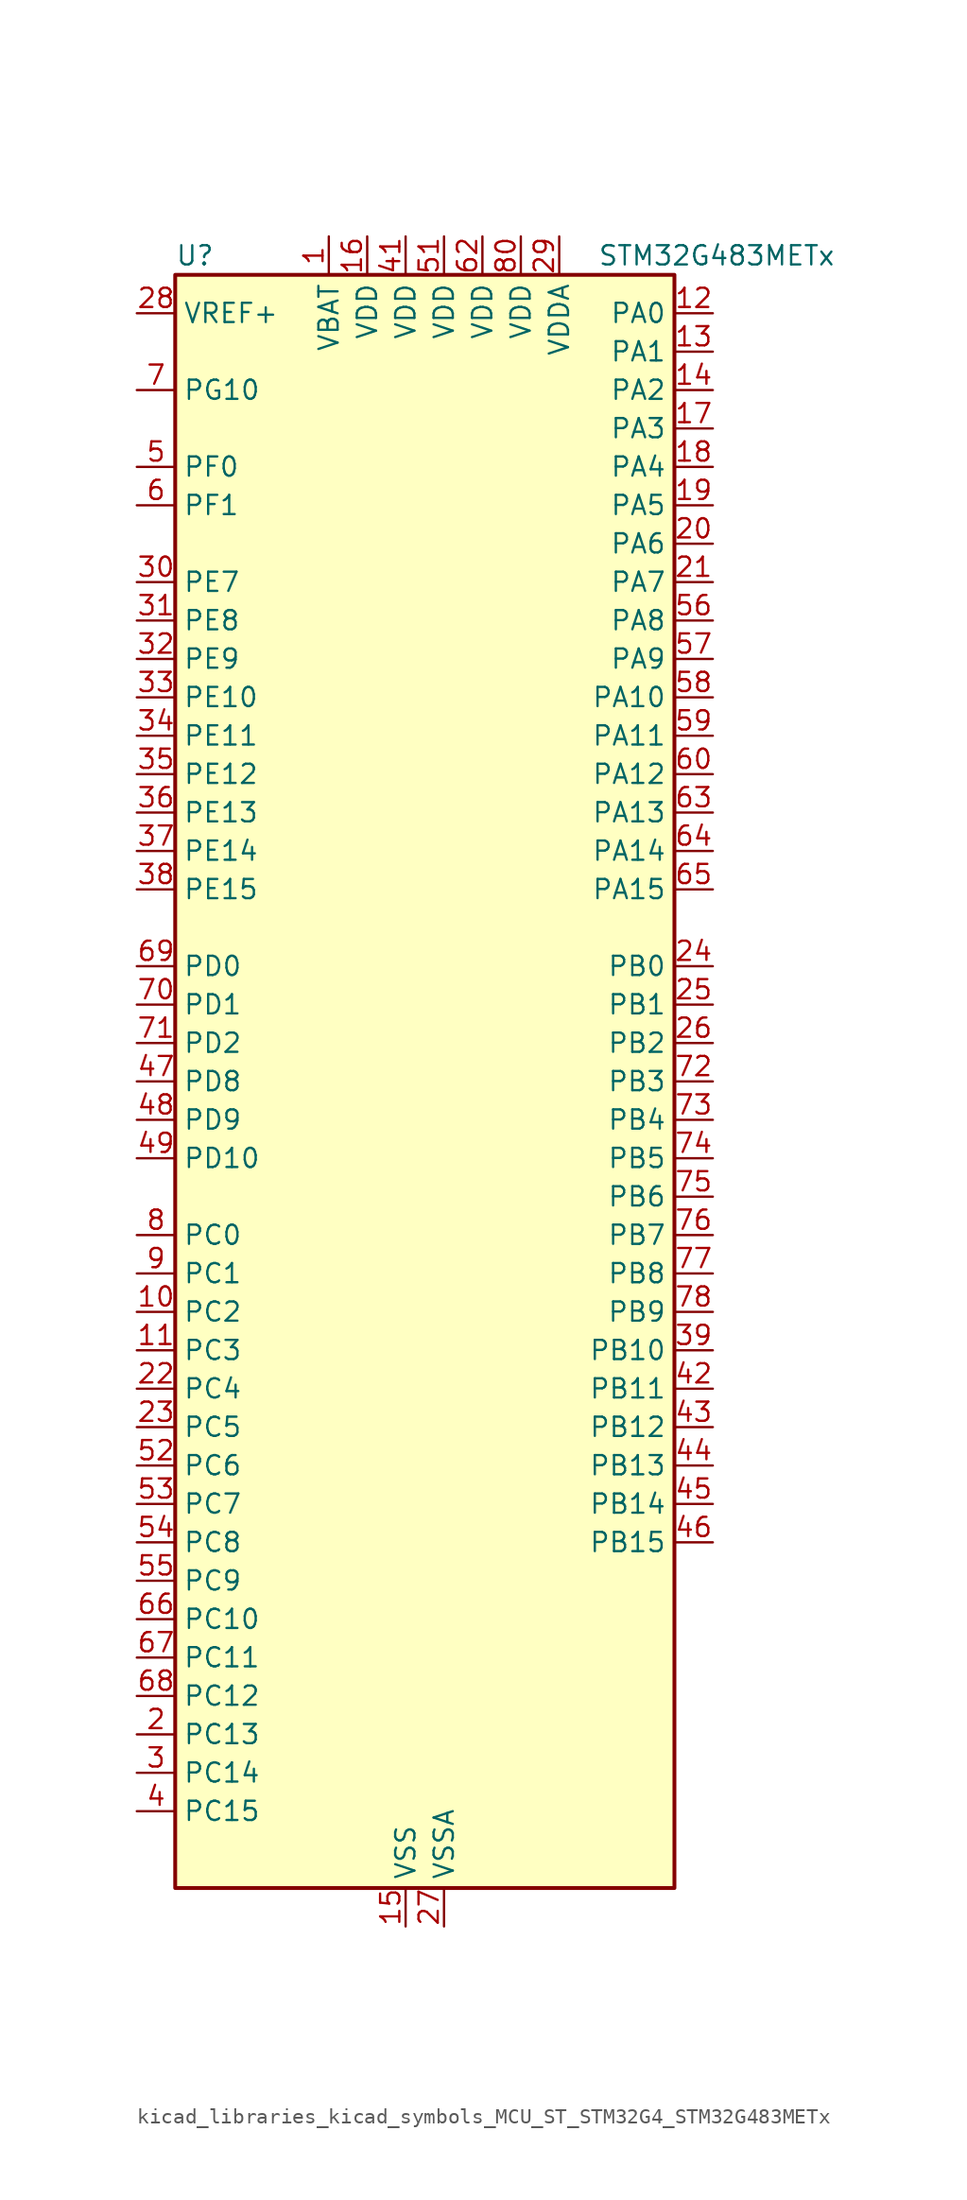
<source format=kicad_sym>
(kicad_symbol_lib
  (version 20220914)
  (generator kicad_symbol_editor)
  (symbol "kicad_libraries_kicad_symbols_MCU_ST_STM32G4_STM32G483METx"
    (property "Reference" "U"
      (at -15.24 54.61 0)
      (effects (font (size 1.27 1.27)) (justify left)))
    (property "Value" "STM32G483METx"
      (at 12.7 54.61 0)
      (effects (font (size 1.27 1.27)) (justify left)))
    (property "ki_locked" ""
      (at 0 0 0)
      (effects (font (size 1.27 1.27))))
    (symbol "kicad_libraries_kicad_symbols_MCU_ST_STM32G4_STM32G483METx_0_1"
      (rectangle (start -15.24 -53.34) (end 17.78 53.34) (stroke (width 0.254) (type default)) (fill (type background))))
    (symbol "kicad_libraries_kicad_symbols_MCU_ST_STM32G4_STM32G483METx_1_1"
      (pin power_in line (at -5.08 55.88 270) (length 2.54) (name "VBAT" (effects (font (size 1.27 1.27)))) (number "1" (effects (font (size 1.27 1.27)))))
      (pin bidirectional line (at -17.78 -15.24 0) (length 2.54) (name "PC2" (effects (font (size 1.27 1.27)))) (number "10" (effects (font (size 1.27 1.27)))) (alternate "ADC1_IN8" bidirectional line) (alternate "ADC2_IN8" bidirectional line) (alternate "ADC3_EXTI2" bidirectional line) (alternate "ADC4_EXTI2" bidirectional line) (alternate "ADC5_EXTI2" bidirectional line) (alternate "COMP3_OUT" bidirectional line) (alternate "LPTIM1_IN2" bidirectional line) (alternate "QUADSPI1_BK2_IO1" bidirectional line) (alternate "TIM1_CH3" bidirectional line) (alternate "TIM20_CH2" bidirectional line))
      (pin bidirectional line (at -17.78 -17.78 0) (length 2.54) (name "PC3" (effects (font (size 1.27 1.27)))) (number "11" (effects (font (size 1.27 1.27)))) (alternate "ADC1_IN9" bidirectional line) (alternate "ADC2_IN9" bidirectional line) (alternate "ADC3_EXTI3" bidirectional line) (alternate "ADC4_EXTI3" bidirectional line) (alternate "ADC5_EXTI3" bidirectional line) (alternate "LPTIM1_ETR" bidirectional line) (alternate "OPAMP5_VINP" bidirectional line) (alternate "OPAMP5_VINP_SEC" bidirectional line) (alternate "QUADSPI1_BK2_IO2" bidirectional line) (alternate "SAI1_D1" bidirectional line) (alternate "SAI1_SD_A" bidirectional line) (alternate "TIM1_BKIN2" bidirectional line) (alternate "TIM1_CH4" bidirectional line))
      (pin bidirectional line (at 20.32 50.8 180) (length 2.54) (name "PA0" (effects (font (size 1.27 1.27)))) (number "12" (effects (font (size 1.27 1.27)))) (alternate "ADC1_IN1" bidirectional line) (alternate "ADC2_IN1" bidirectional line) (alternate "COMP1_INM" bidirectional line) (alternate "COMP1_OUT" bidirectional line) (alternate "COMP3_INP" bidirectional line) (alternate "RTC_TAMP2" bidirectional line) (alternate "SYS_WKUP1" bidirectional line) (alternate "TIM2_CH1" bidirectional line) (alternate "TIM2_ETR" bidirectional line) (alternate "TIM5_CH1" bidirectional line) (alternate "TIM8_BKIN" bidirectional line) (alternate "TIM8_ETR" bidirectional line) (alternate "USART2_CTS" bidirectional line) (alternate "USART2_NSS" bidirectional line))
      (pin bidirectional line (at 20.32 48.26 180) (length 2.54) (name "PA1" (effects (font (size 1.27 1.27)))) (number "13" (effects (font (size 1.27 1.27)))) (alternate "ADC1_IN2" bidirectional line) (alternate "ADC2_IN2" bidirectional line) (alternate "COMP1_INP" bidirectional line) (alternate "OPAMP1_VINP" bidirectional line) (alternate "OPAMP1_VINP_SEC" bidirectional line) (alternate "OPAMP3_VINP" bidirectional line) (alternate "OPAMP3_VINP_SEC" bidirectional line) (alternate "OPAMP6_VINM" bidirectional line) (alternate "OPAMP6_VINM0" bidirectional line) (alternate "OPAMP6_VINM_SEC" bidirectional line) (alternate "RTC_REFIN" bidirectional line) (alternate "TIM15_CH1N" bidirectional line) (alternate "TIM2_CH2" bidirectional line) (alternate "TIM5_CH2" bidirectional line) (alternate "USART2_DE" bidirectional line) (alternate "USART2_RTS" bidirectional line))
      (pin bidirectional line (at 20.32 45.72 180) (length 2.54) (name "PA2" (effects (font (size 1.27 1.27)))) (number "14" (effects (font (size 1.27 1.27)))) (alternate "ADC1_IN3" bidirectional line) (alternate "ADC3_EXTI2" bidirectional line) (alternate "ADC4_EXTI2" bidirectional line) (alternate "ADC5_EXTI2" bidirectional line) (alternate "COMP2_INM" bidirectional line) (alternate "COMP2_OUT" bidirectional line) (alternate "LPUART1_TX" bidirectional line) (alternate "OPAMP1_VOUT" bidirectional line) (alternate "QUADSPI1_BK1_NCS" bidirectional line) (alternate "RCC_LSCO" bidirectional line) (alternate "SYS_WKUP4" bidirectional line) (alternate "TIM15_CH1" bidirectional line) (alternate "TIM2_CH3" bidirectional line) (alternate "TIM5_CH3" bidirectional line) (alternate "UCPD1_FRSTX1" bidirectional line) (alternate "UCPD1_FRSTX2" bidirectional line) (alternate "USART2_TX" bidirectional line))
      (pin power_in line (at 0 -55.88 90) (length 2.54) (name "VSS" (effects (font (size 1.27 1.27)))) (number "15" (effects (font (size 1.27 1.27)))))
      (pin power_in line (at -2.54 55.88 270) (length 2.54) (name "VDD" (effects (font (size 1.27 1.27)))) (number "16" (effects (font (size 1.27 1.27)))))
      (pin bidirectional line (at 20.32 43.18 180) (length 2.54) (name "PA3" (effects (font (size 1.27 1.27)))) (number "17" (effects (font (size 1.27 1.27)))) (alternate "ADC1_IN4" bidirectional line) (alternate "ADC3_EXTI3" bidirectional line) (alternate "ADC4_EXTI3" bidirectional line) (alternate "ADC5_EXTI3" bidirectional line) (alternate "COMP2_INP" bidirectional line) (alternate "LPUART1_RX" bidirectional line) (alternate "OPAMP1_VINM" bidirectional line) (alternate "OPAMP1_VINM0" bidirectional line) (alternate "OPAMP1_VINM_SEC" bidirectional line) (alternate "OPAMP1_VINP" bidirectional line) (alternate "OPAMP1_VINP_SEC" bidirectional line) (alternate "OPAMP5_VINM" bidirectional line) (alternate "OPAMP5_VINM1" bidirectional line) (alternate "OPAMP5_VINM_SEC" bidirectional line) (alternate "QUADSPI1_CLK" bidirectional line) (alternate "SAI1_CK1" bidirectional line) (alternate "SAI1_MCLK_A" bidirectional line) (alternate "TIM15_CH2" bidirectional line) (alternate "TIM2_CH4" bidirectional line) (alternate "TIM5_CH4" bidirectional line) (alternate "USART2_RX" bidirectional line))
      (pin bidirectional line (at 20.32 40.64 180) (length 2.54) (name "PA4" (effects (font (size 1.27 1.27)))) (number "18" (effects (font (size 1.27 1.27)))) (alternate "ADC2_IN17" bidirectional line) (alternate "COMP1_INM" bidirectional line) (alternate "DAC1_OUT1" bidirectional line) (alternate "I2S3_WS" bidirectional line) (alternate "SAI1_FS_B" bidirectional line) (alternate "SPI1_NSS" bidirectional line) (alternate "SPI3_NSS" bidirectional line) (alternate "TIM3_CH2" bidirectional line) (alternate "USART2_CK" bidirectional line))
      (pin bidirectional line (at 20.32 38.1 180) (length 2.54) (name "PA5" (effects (font (size 1.27 1.27)))) (number "19" (effects (font (size 1.27 1.27)))) (alternate "ADC2_IN13" bidirectional line) (alternate "COMP2_INM" bidirectional line) (alternate "DAC1_OUT2" bidirectional line) (alternate "OPAMP2_VINM" bidirectional line) (alternate "OPAMP2_VINM0" bidirectional line) (alternate "OPAMP2_VINM_SEC" bidirectional line) (alternate "SPI1_SCK" bidirectional line) (alternate "TIM2_CH1" bidirectional line) (alternate "TIM2_ETR" bidirectional line) (alternate "UCPD1_FRSTX1" bidirectional line) (alternate "UCPD1_FRSTX2" bidirectional line))
      (pin bidirectional line (at -17.78 -43.18 0) (length 2.54) (name "PC13" (effects (font (size 1.27 1.27)))) (number "2" (effects (font (size 1.27 1.27)))) (alternate "RTC_OUT1" bidirectional line) (alternate "RTC_TAMP1" bidirectional line) (alternate "RTC_TS" bidirectional line) (alternate "SYS_WKUP2" bidirectional line) (alternate "TIM1_BKIN" bidirectional line) (alternate "TIM1_CH1N" bidirectional line) (alternate "TIM8_CH4N" bidirectional line))
      (pin bidirectional line (at 20.32 35.56 180) (length 2.54) (name "PA6" (effects (font (size 1.27 1.27)))) (number "20" (effects (font (size 1.27 1.27)))) (alternate "ADC2_IN3" bidirectional line) (alternate "COMP1_OUT" bidirectional line) (alternate "DAC2_OUT1" bidirectional line) (alternate "LPUART1_CTS" bidirectional line) (alternate "OPAMP2_VOUT" bidirectional line) (alternate "QUADSPI1_BK1_IO3" bidirectional line) (alternate "SPI1_MISO" bidirectional line) (alternate "TIM16_CH1" bidirectional line) (alternate "TIM1_BKIN" bidirectional line) (alternate "TIM3_CH1" bidirectional line) (alternate "TIM8_BKIN" bidirectional line))
      (pin bidirectional line (at 20.32 33.02 180) (length 2.54) (name "PA7" (effects (font (size 1.27 1.27)))) (number "21" (effects (font (size 1.27 1.27)))) (alternate "ADC2_IN4" bidirectional line) (alternate "COMP2_INP" bidirectional line) (alternate "COMP2_OUT" bidirectional line) (alternate "OPAMP1_VINP" bidirectional line) (alternate "OPAMP1_VINP_SEC" bidirectional line) (alternate "OPAMP2_VINP" bidirectional line) (alternate "OPAMP2_VINP_SEC" bidirectional line) (alternate "QUADSPI1_BK1_IO2" bidirectional line) (alternate "SPI1_MOSI" bidirectional line) (alternate "TIM17_CH1" bidirectional line) (alternate "TIM1_CH1N" bidirectional line) (alternate "TIM3_CH2" bidirectional line) (alternate "TIM8_CH1N" bidirectional line) (alternate "UCPD1_FRSTX1" bidirectional line) (alternate "UCPD1_FRSTX2" bidirectional line))
      (pin bidirectional line (at -17.78 -20.32 0) (length 2.54) (name "PC4" (effects (font (size 1.27 1.27)))) (number "22" (effects (font (size 1.27 1.27)))) (alternate "ADC2_IN5" bidirectional line) (alternate "I2C2_SCL" bidirectional line) (alternate "QUADSPI1_BK2_IO3" bidirectional line) (alternate "TIM1_ETR" bidirectional line) (alternate "USART1_TX" bidirectional line))
      (pin bidirectional line (at -17.78 -22.86 0) (length 2.54) (name "PC5" (effects (font (size 1.27 1.27)))) (number "23" (effects (font (size 1.27 1.27)))) (alternate "ADC2_IN11" bidirectional line) (alternate "OPAMP1_VINM" bidirectional line) (alternate "OPAMP1_VINM1" bidirectional line) (alternate "OPAMP1_VINM_SEC" bidirectional line) (alternate "OPAMP2_VINM" bidirectional line) (alternate "OPAMP2_VINM1" bidirectional line) (alternate "OPAMP2_VINM_SEC" bidirectional line) (alternate "SAI1_D3" bidirectional line) (alternate "SYS_WKUP5" bidirectional line) (alternate "TIM15_BKIN" bidirectional line) (alternate "TIM1_CH4N" bidirectional line) (alternate "USART1_RX" bidirectional line))
      (pin bidirectional line (at 20.32 7.62 180) (length 2.54) (name "PB0" (effects (font (size 1.27 1.27)))) (number "24" (effects (font (size 1.27 1.27)))) (alternate "ADC1_IN15" bidirectional line) (alternate "ADC3_IN12" bidirectional line) (alternate "COMP4_INP" bidirectional line) (alternate "OPAMP2_VINP" bidirectional line) (alternate "OPAMP2_VINP_SEC" bidirectional line) (alternate "OPAMP3_VINP" bidirectional line) (alternate "OPAMP3_VINP_SEC" bidirectional line) (alternate "QUADSPI1_BK1_IO1" bidirectional line) (alternate "TIM1_CH2N" bidirectional line) (alternate "TIM3_CH3" bidirectional line) (alternate "TIM8_CH2N" bidirectional line) (alternate "UCPD1_FRSTX1" bidirectional line) (alternate "UCPD1_FRSTX2" bidirectional line))
      (pin bidirectional line (at 20.32 5.08 180) (length 2.54) (name "PB1" (effects (font (size 1.27 1.27)))) (number "25" (effects (font (size 1.27 1.27)))) (alternate "ADC1_IN12" bidirectional line) (alternate "ADC3_IN1" bidirectional line) (alternate "COMP1_INP" bidirectional line) (alternate "COMP4_OUT" bidirectional line) (alternate "LPUART1_DE" bidirectional line) (alternate "LPUART1_RTS" bidirectional line) (alternate "OPAMP3_VOUT" bidirectional line) (alternate "OPAMP6_VINM" bidirectional line) (alternate "OPAMP6_VINM1" bidirectional line) (alternate "OPAMP6_VINM_SEC" bidirectional line) (alternate "QUADSPI1_BK1_IO0" bidirectional line) (alternate "TIM1_CH3N" bidirectional line) (alternate "TIM3_CH4" bidirectional line) (alternate "TIM8_CH3N" bidirectional line))
      (pin bidirectional line (at 20.32 2.54 180) (length 2.54) (name "PB2" (effects (font (size 1.27 1.27)))) (number "26" (effects (font (size 1.27 1.27)))) (alternate "ADC2_IN12" bidirectional line) (alternate "ADC3_EXTI2" bidirectional line) (alternate "ADC4_EXTI2" bidirectional line) (alternate "ADC5_EXTI2" bidirectional line) (alternate "COMP4_INM" bidirectional line) (alternate "I2C3_SMBA" bidirectional line) (alternate "LPTIM1_OUT" bidirectional line) (alternate "OPAMP3_VINM" bidirectional line) (alternate "OPAMP3_VINM0" bidirectional line) (alternate "OPAMP3_VINM_SEC" bidirectional line) (alternate "QUADSPI1_BK2_IO1" bidirectional line) (alternate "RTC_OUT2" bidirectional line) (alternate "TIM20_CH1" bidirectional line) (alternate "TIM5_CH1" bidirectional line))
      (pin power_in line (at 2.54 -55.88 90) (length 2.54) (name "VSSA" (effects (font (size 1.27 1.27)))) (number "27" (effects (font (size 1.27 1.27)))))
      (pin input line (at -17.78 50.8 0) (length 2.54) (name "VREF+" (effects (font (size 1.27 1.27)))) (number "28" (effects (font (size 1.27 1.27)))) (alternate "VREFBUF_OUT" bidirectional line))
      (pin power_in line (at 10.16 55.88 270) (length 2.54) (name "VDDA" (effects (font (size 1.27 1.27)))) (number "29" (effects (font (size 1.27 1.27)))))
      (pin bidirectional line (at -17.78 -45.72 0) (length 2.54) (name "PC14" (effects (font (size 1.27 1.27)))) (number "3" (effects (font (size 1.27 1.27)))) (alternate "RCC_OSC32_IN" bidirectional line))
      (pin bidirectional line (at -17.78 33.02 0) (length 2.54) (name "PE7" (effects (font (size 1.27 1.27)))) (number "30" (effects (font (size 1.27 1.27)))) (alternate "ADC3_IN4" bidirectional line) (alternate "COMP4_INP" bidirectional line) (alternate "SAI1_SD_B" bidirectional line) (alternate "TIM1_ETR" bidirectional line))
      (pin bidirectional line (at -17.78 30.48 0) (length 2.54) (name "PE8" (effects (font (size 1.27 1.27)))) (number "31" (effects (font (size 1.27 1.27)))) (alternate "ADC3_IN6" bidirectional line) (alternate "ADC4_IN6" bidirectional line) (alternate "ADC5_IN6" bidirectional line) (alternate "COMP4_INM" bidirectional line) (alternate "SAI1_SCK_B" bidirectional line) (alternate "TIM1_CH1N" bidirectional line) (alternate "TIM5_CH3" bidirectional line))
      (pin bidirectional line (at -17.78 27.94 0) (length 2.54) (name "PE9" (effects (font (size 1.27 1.27)))) (number "32" (effects (font (size 1.27 1.27)))) (alternate "ADC3_IN2" bidirectional line) (alternate "DAC1_EXTI9" bidirectional line) (alternate "DAC2_EXTI9" bidirectional line) (alternate "DAC3_EXTI9" bidirectional line) (alternate "DAC4_EXTI9" bidirectional line) (alternate "SAI1_FS_B" bidirectional line) (alternate "TIM1_CH1" bidirectional line) (alternate "TIM5_CH4" bidirectional line))
      (pin bidirectional line (at -17.78 25.4 0) (length 2.54) (name "PE10" (effects (font (size 1.27 1.27)))) (number "33" (effects (font (size 1.27 1.27)))) (alternate "ADC3_IN14" bidirectional line) (alternate "ADC4_IN14" bidirectional line) (alternate "ADC5_IN14" bidirectional line) (alternate "DAC1_EXTI10" bidirectional line) (alternate "DAC2_EXTI10" bidirectional line) (alternate "DAC3_EXTI10" bidirectional line) (alternate "DAC4_EXTI10" bidirectional line) (alternate "QUADSPI1_CLK" bidirectional line) (alternate "SAI1_MCLK_B" bidirectional line) (alternate "TIM1_CH2N" bidirectional line))
      (pin bidirectional line (at -17.78 22.86 0) (length 2.54) (name "PE11" (effects (font (size 1.27 1.27)))) (number "34" (effects (font (size 1.27 1.27)))) (alternate "ADC1_EXTI11" bidirectional line) (alternate "ADC2_EXTI11" bidirectional line) (alternate "ADC3_IN15" bidirectional line) (alternate "ADC4_IN15" bidirectional line) (alternate "ADC5_IN15" bidirectional line) (alternate "QUADSPI1_BK1_NCS" bidirectional line) (alternate "SPI4_NSS" bidirectional line) (alternate "TIM1_CH2" bidirectional line))
      (pin bidirectional line (at -17.78 20.32 0) (length 2.54) (name "PE12" (effects (font (size 1.27 1.27)))) (number "35" (effects (font (size 1.27 1.27)))) (alternate "ADC3_IN16" bidirectional line) (alternate "ADC4_IN16" bidirectional line) (alternate "ADC5_IN16" bidirectional line) (alternate "QUADSPI1_BK1_IO0" bidirectional line) (alternate "SPI4_SCK" bidirectional line) (alternate "TIM1_CH3N" bidirectional line))
      (pin bidirectional line (at -17.78 17.78 0) (length 2.54) (name "PE13" (effects (font (size 1.27 1.27)))) (number "36" (effects (font (size 1.27 1.27)))) (alternate "ADC3_IN3" bidirectional line) (alternate "QUADSPI1_BK1_IO1" bidirectional line) (alternate "SPI4_MISO" bidirectional line) (alternate "TIM1_CH3" bidirectional line))
      (pin bidirectional line (at -17.78 15.24 0) (length 2.54) (name "PE14" (effects (font (size 1.27 1.27)))) (number "37" (effects (font (size 1.27 1.27)))) (alternate "ADC4_IN1" bidirectional line) (alternate "QUADSPI1_BK1_IO2" bidirectional line) (alternate "SPI4_MOSI" bidirectional line) (alternate "TIM1_BKIN2" bidirectional line) (alternate "TIM1_CH4" bidirectional line))
      (pin bidirectional line (at -17.78 12.7 0) (length 2.54) (name "PE15" (effects (font (size 1.27 1.27)))) (number "38" (effects (font (size 1.27 1.27)))) (alternate "ADC1_EXTI15" bidirectional line) (alternate "ADC2_EXTI15" bidirectional line) (alternate "ADC4_IN2" bidirectional line) (alternate "QUADSPI1_BK1_IO3" bidirectional line) (alternate "TIM1_BKIN" bidirectional line) (alternate "TIM1_CH4N" bidirectional line) (alternate "USART3_RX" bidirectional line))
      (pin bidirectional line (at 20.32 -17.78 180) (length 2.54) (name "PB10" (effects (font (size 1.27 1.27)))) (number "39" (effects (font (size 1.27 1.27)))) (alternate "COMP5_INM" bidirectional line) (alternate "DAC1_EXTI10" bidirectional line) (alternate "DAC2_EXTI10" bidirectional line) (alternate "DAC3_EXTI10" bidirectional line) (alternate "DAC4_EXTI10" bidirectional line) (alternate "LPUART1_RX" bidirectional line) (alternate "OPAMP3_VINM" bidirectional line) (alternate "OPAMP3_VINM1" bidirectional line) (alternate "OPAMP3_VINM_SEC" bidirectional line) (alternate "OPAMP4_VINM" bidirectional line) (alternate "OPAMP4_VINM0" bidirectional line) (alternate "OPAMP4_VINM_SEC" bidirectional line) (alternate "QUADSPI1_CLK" bidirectional line) (alternate "SAI1_SCK_A" bidirectional line) (alternate "TIM1_BKIN" bidirectional line) (alternate "TIM2_CH3" bidirectional line) (alternate "USART3_TX" bidirectional line))
      (pin bidirectional line (at -17.78 -48.26 0) (length 2.54) (name "PC15" (effects (font (size 1.27 1.27)))) (number "4" (effects (font (size 1.27 1.27)))) (alternate "ADC1_EXTI15" bidirectional line) (alternate "ADC2_EXTI15" bidirectional line) (alternate "RCC_OSC32_OUT" bidirectional line))
      (pin passive line (at 0 -55.88 90) (length 2.54) hide (name "VSS" (effects (font (size 1.27 1.27)))) (number "40" (effects (font (size 1.27 1.27)))))
      (pin power_in line (at 0 55.88 270) (length 2.54) (name "VDD" (effects (font (size 1.27 1.27)))) (number "41" (effects (font (size 1.27 1.27)))))
      (pin bidirectional line (at 20.32 -20.32 180) (length 2.54) (name "PB11" (effects (font (size 1.27 1.27)))) (number "42" (effects (font (size 1.27 1.27)))) (alternate "ADC1_EXTI11" bidirectional line) (alternate "ADC1_IN14" bidirectional line) (alternate "ADC2_EXTI11" bidirectional line) (alternate "ADC2_IN14" bidirectional line) (alternate "COMP6_INP" bidirectional line) (alternate "LPUART1_TX" bidirectional line) (alternate "OPAMP4_VINP" bidirectional line) (alternate "OPAMP4_VINP_SEC" bidirectional line) (alternate "OPAMP6_VOUT" bidirectional line) (alternate "QUADSPI1_BK1_NCS" bidirectional line) (alternate "TIM2_CH4" bidirectional line) (alternate "USART3_RX" bidirectional line))
      (pin bidirectional line (at 20.32 -22.86 180) (length 2.54) (name "PB12" (effects (font (size 1.27 1.27)))) (number "43" (effects (font (size 1.27 1.27)))) (alternate "ADC1_IN11" bidirectional line) (alternate "ADC4_IN3" bidirectional line) (alternate "COMP7_INM" bidirectional line) (alternate "FDCAN2_RX" bidirectional line) (alternate "I2C2_SMBA" bidirectional line) (alternate "I2S2_WS" bidirectional line) (alternate "LPUART1_DE" bidirectional line) (alternate "LPUART1_RTS" bidirectional line) (alternate "OPAMP4_VOUT" bidirectional line) (alternate "OPAMP6_VINP" bidirectional line) (alternate "OPAMP6_VINP_SEC" bidirectional line) (alternate "SPI2_NSS" bidirectional line) (alternate "TIM1_BKIN" bidirectional line) (alternate "TIM5_ETR" bidirectional line) (alternate "USART3_CK" bidirectional line))
      (pin bidirectional line (at 20.32 -25.4 180) (length 2.54) (name "PB13" (effects (font (size 1.27 1.27)))) (number "44" (effects (font (size 1.27 1.27)))) (alternate "ADC3_IN5" bidirectional line) (alternate "COMP5_INP" bidirectional line) (alternate "FDCAN2_TX" bidirectional line) (alternate "I2S2_CK" bidirectional line) (alternate "LPUART1_CTS" bidirectional line) (alternate "OPAMP3_VINP" bidirectional line) (alternate "OPAMP3_VINP_SEC" bidirectional line) (alternate "OPAMP4_VINP" bidirectional line) (alternate "OPAMP4_VINP_SEC" bidirectional line) (alternate "OPAMP6_VINP" bidirectional line) (alternate "OPAMP6_VINP_SEC" bidirectional line) (alternate "SPI2_SCK" bidirectional line) (alternate "TIM1_CH1N" bidirectional line) (alternate "USART3_CTS" bidirectional line) (alternate "USART3_NSS" bidirectional line))
      (pin bidirectional line (at 20.32 -27.94 180) (length 2.54) (name "PB14" (effects (font (size 1.27 1.27)))) (number "45" (effects (font (size 1.27 1.27)))) (alternate "ADC1_IN5" bidirectional line) (alternate "ADC4_IN4" bidirectional line) (alternate "COMP4_OUT" bidirectional line) (alternate "COMP7_INP" bidirectional line) (alternate "OPAMP2_VINP" bidirectional line) (alternate "OPAMP2_VINP_SEC" bidirectional line) (alternate "OPAMP5_VINP" bidirectional line) (alternate "OPAMP5_VINP_SEC" bidirectional line) (alternate "SPI2_MISO" bidirectional line) (alternate "TIM15_CH1" bidirectional line) (alternate "TIM1_CH2N" bidirectional line) (alternate "USART3_DE" bidirectional line) (alternate "USART3_RTS" bidirectional line))
      (pin bidirectional line (at 20.32 -30.48 180) (length 2.54) (name "PB15" (effects (font (size 1.27 1.27)))) (number "46" (effects (font (size 1.27 1.27)))) (alternate "ADC1_EXTI15" bidirectional line) (alternate "ADC2_EXTI15" bidirectional line) (alternate "ADC2_IN15" bidirectional line) (alternate "ADC4_IN5" bidirectional line) (alternate "COMP3_OUT" bidirectional line) (alternate "COMP6_INM" bidirectional line) (alternate "I2S2_SD" bidirectional line) (alternate "OPAMP5_VINM" bidirectional line) (alternate "OPAMP5_VINM0" bidirectional line) (alternate "OPAMP5_VINM_SEC" bidirectional line) (alternate "RTC_REFIN" bidirectional line) (alternate "SPI2_MOSI" bidirectional line) (alternate "TIM15_CH1N" bidirectional line) (alternate "TIM15_CH2" bidirectional line) (alternate "TIM1_CH3N" bidirectional line))
      (pin bidirectional line (at -17.78 0 0) (length 2.54) (name "PD8" (effects (font (size 1.27 1.27)))) (number "47" (effects (font (size 1.27 1.27)))) (alternate "ADC4_IN12" bidirectional line) (alternate "ADC5_IN12" bidirectional line) (alternate "OPAMP4_VINM" bidirectional line) (alternate "OPAMP4_VINM1" bidirectional line) (alternate "OPAMP4_VINM_SEC" bidirectional line) (alternate "USART3_TX" bidirectional line))
      (pin bidirectional line (at -17.78 -2.54 0) (length 2.54) (name "PD9" (effects (font (size 1.27 1.27)))) (number "48" (effects (font (size 1.27 1.27)))) (alternate "ADC4_IN13" bidirectional line) (alternate "ADC5_IN13" bidirectional line) (alternate "DAC1_EXTI9" bidirectional line) (alternate "DAC2_EXTI9" bidirectional line) (alternate "DAC3_EXTI9" bidirectional line) (alternate "DAC4_EXTI9" bidirectional line) (alternate "OPAMP6_VINP" bidirectional line) (alternate "OPAMP6_VINP_SEC" bidirectional line) (alternate "USART3_RX" bidirectional line))
      (pin bidirectional line (at -17.78 -5.08 0) (length 2.54) (name "PD10" (effects (font (size 1.27 1.27)))) (number "49" (effects (font (size 1.27 1.27)))) (alternate "ADC3_IN7" bidirectional line) (alternate "ADC4_IN7" bidirectional line) (alternate "ADC5_IN7" bidirectional line) (alternate "COMP6_INM" bidirectional line) (alternate "DAC1_EXTI10" bidirectional line) (alternate "DAC2_EXTI10" bidirectional line) (alternate "DAC3_EXTI10" bidirectional line) (alternate "DAC4_EXTI10" bidirectional line) (alternate "USART3_CK" bidirectional line))
      (pin bidirectional line (at -17.78 40.64 0) (length 2.54) (name "PF0" (effects (font (size 1.27 1.27)))) (number "5" (effects (font (size 1.27 1.27)))) (alternate "ADC1_IN10" bidirectional line) (alternate "I2C2_SDA" bidirectional line) (alternate "I2S2_WS" bidirectional line) (alternate "RCC_OSC_IN" bidirectional line) (alternate "SPI2_NSS" bidirectional line) (alternate "TIM1_CH3N" bidirectional line))
      (pin passive line (at 0 -55.88 90) (length 2.54) hide (name "VSS" (effects (font (size 1.27 1.27)))) (number "50" (effects (font (size 1.27 1.27)))))
      (pin power_in line (at 2.54 55.88 270) (length 2.54) (name "VDD" (effects (font (size 1.27 1.27)))) (number "51" (effects (font (size 1.27 1.27)))))
      (pin bidirectional line (at -17.78 -25.4 0) (length 2.54) (name "PC6" (effects (font (size 1.27 1.27)))) (number "52" (effects (font (size 1.27 1.27)))) (alternate "COMP6_OUT" bidirectional line) (alternate "I2C4_SCL" bidirectional line) (alternate "I2S2_MCK" bidirectional line) (alternate "TIM3_CH1" bidirectional line) (alternate "TIM8_CH1" bidirectional line))
      (pin bidirectional line (at -17.78 -27.94 0) (length 2.54) (name "PC7" (effects (font (size 1.27 1.27)))) (number "53" (effects (font (size 1.27 1.27)))) (alternate "COMP5_OUT" bidirectional line) (alternate "I2C4_SDA" bidirectional line) (alternate "I2S3_MCK" bidirectional line) (alternate "TIM3_CH2" bidirectional line) (alternate "TIM8_CH2" bidirectional line))
      (pin bidirectional line (at -17.78 -30.48 0) (length 2.54) (name "PC8" (effects (font (size 1.27 1.27)))) (number "54" (effects (font (size 1.27 1.27)))) (alternate "COMP7_OUT" bidirectional line) (alternate "I2C3_SCL" bidirectional line) (alternate "TIM20_CH3" bidirectional line) (alternate "TIM3_CH3" bidirectional line) (alternate "TIM8_CH3" bidirectional line))
      (pin bidirectional line (at -17.78 -33.02 0) (length 2.54) (name "PC9" (effects (font (size 1.27 1.27)))) (number "55" (effects (font (size 1.27 1.27)))) (alternate "DAC1_EXTI9" bidirectional line) (alternate "DAC2_EXTI9" bidirectional line) (alternate "DAC3_EXTI9" bidirectional line) (alternate "DAC4_EXTI9" bidirectional line) (alternate "I2C3_SDA" bidirectional line) (alternate "I2S_CKIN" bidirectional line) (alternate "TIM3_CH4" bidirectional line) (alternate "TIM8_BKIN2" bidirectional line) (alternate "TIM8_CH4" bidirectional line))
      (pin bidirectional line (at 20.32 30.48 180) (length 2.54) (name "PA8" (effects (font (size 1.27 1.27)))) (number "56" (effects (font (size 1.27 1.27)))) (alternate "ADC5_IN1" bidirectional line) (alternate "COMP7_OUT" bidirectional line) (alternate "FDCAN3_RX" bidirectional line) (alternate "I2C2_SDA" bidirectional line) (alternate "I2C3_SCL" bidirectional line) (alternate "I2S2_MCK" bidirectional line) (alternate "OPAMP5_VOUT" bidirectional line) (alternate "RCC_MCO" bidirectional line) (alternate "SAI1_CK2" bidirectional line) (alternate "SAI1_SCK_A" bidirectional line) (alternate "TIM1_CH1" bidirectional line) (alternate "TIM4_ETR" bidirectional line) (alternate "USART1_CK" bidirectional line))
      (pin bidirectional line (at 20.32 27.94 180) (length 2.54) (name "PA9" (effects (font (size 1.27 1.27)))) (number "57" (effects (font (size 1.27 1.27)))) (alternate "ADC5_IN2" bidirectional line) (alternate "COMP5_OUT" bidirectional line) (alternate "DAC1_EXTI9" bidirectional line) (alternate "DAC2_EXTI9" bidirectional line) (alternate "DAC3_EXTI9" bidirectional line) (alternate "DAC4_EXTI9" bidirectional line) (alternate "I2C2_SCL" bidirectional line) (alternate "I2C3_SMBA" bidirectional line) (alternate "I2S3_MCK" bidirectional line) (alternate "SAI1_FS_A" bidirectional line) (alternate "TIM15_BKIN" bidirectional line) (alternate "TIM1_CH2" bidirectional line) (alternate "TIM2_CH3" bidirectional line) (alternate "UCPD1_DBCC1" bidirectional line) (alternate "USART1_TX" bidirectional line))
      (pin bidirectional line (at 20.32 25.4 180) (length 2.54) (name "PA10" (effects (font (size 1.27 1.27)))) (number "58" (effects (font (size 1.27 1.27)))) (alternate "COMP6_OUT" bidirectional line) (alternate "CRS_SYNC" bidirectional line) (alternate "DAC1_EXTI10" bidirectional line) (alternate "DAC2_EXTI10" bidirectional line) (alternate "DAC3_EXTI10" bidirectional line) (alternate "DAC4_EXTI10" bidirectional line) (alternate "I2C2_SMBA" bidirectional line) (alternate "SAI1_D1" bidirectional line) (alternate "SAI1_SD_A" bidirectional line) (alternate "SPI2_MISO" bidirectional line) (alternate "TIM17_BKIN" bidirectional line) (alternate "TIM1_CH3" bidirectional line) (alternate "TIM2_CH4" bidirectional line) (alternate "TIM8_BKIN" bidirectional line) (alternate "UCPD1_DBCC2" bidirectional line) (alternate "USART1_RX" bidirectional line))
      (pin bidirectional line (at 20.32 22.86 180) (length 2.54) (name "PA11" (effects (font (size 1.27 1.27)))) (number "59" (effects (font (size 1.27 1.27)))) (alternate "ADC1_EXTI11" bidirectional line) (alternate "ADC2_EXTI11" bidirectional line) (alternate "COMP1_OUT" bidirectional line) (alternate "FDCAN1_RX" bidirectional line) (alternate "I2S2_SD" bidirectional line) (alternate "SPI2_MOSI" bidirectional line) (alternate "TIM1_BKIN2" bidirectional line) (alternate "TIM1_CH1N" bidirectional line) (alternate "TIM1_CH4" bidirectional line) (alternate "TIM4_CH1" bidirectional line) (alternate "USART1_CTS" bidirectional line) (alternate "USART1_NSS" bidirectional line) (alternate "USB_DM" bidirectional line))
      (pin bidirectional line (at -17.78 38.1 0) (length 2.54) (name "PF1" (effects (font (size 1.27 1.27)))) (number "6" (effects (font (size 1.27 1.27)))) (alternate "ADC2_IN10" bidirectional line) (alternate "COMP3_INM" bidirectional line) (alternate "I2S2_CK" bidirectional line) (alternate "RCC_OSC_OUT" bidirectional line) (alternate "SPI2_SCK" bidirectional line))
      (pin bidirectional line (at 20.32 20.32 180) (length 2.54) (name "PA12" (effects (font (size 1.27 1.27)))) (number "60" (effects (font (size 1.27 1.27)))) (alternate "COMP2_OUT" bidirectional line) (alternate "FDCAN1_TX" bidirectional line) (alternate "I2S_CKIN" bidirectional line) (alternate "TIM16_CH1" bidirectional line) (alternate "TIM1_CH2N" bidirectional line) (alternate "TIM1_ETR" bidirectional line) (alternate "TIM4_CH2" bidirectional line) (alternate "USART1_DE" bidirectional line) (alternate "USART1_RTS" bidirectional line) (alternate "USB_DP" bidirectional line))
      (pin passive line (at 0 -55.88 90) (length 2.54) hide (name "VSS" (effects (font (size 1.27 1.27)))) (number "61" (effects (font (size 1.27 1.27)))))
      (pin power_in line (at 5.08 55.88 270) (length 2.54) (name "VDD" (effects (font (size 1.27 1.27)))) (number "62" (effects (font (size 1.27 1.27)))))
      (pin bidirectional line (at 20.32 17.78 180) (length 2.54) (name "PA13" (effects (font (size 1.27 1.27)))) (number "63" (effects (font (size 1.27 1.27)))) (alternate "I2C1_SCL" bidirectional line) (alternate "I2C4_SCL" bidirectional line) (alternate "IR_OUT" bidirectional line) (alternate "SAI1_SD_B" bidirectional line) (alternate "SYS_JTMS-SWDIO" bidirectional line) (alternate "TIM16_CH1N" bidirectional line) (alternate "TIM4_CH3" bidirectional line) (alternate "USART3_CTS" bidirectional line) (alternate "USART3_NSS" bidirectional line))
      (pin bidirectional line (at 20.32 15.24 180) (length 2.54) (name "PA14" (effects (font (size 1.27 1.27)))) (number "64" (effects (font (size 1.27 1.27)))) (alternate "I2C1_SDA" bidirectional line) (alternate "I2C4_SMBA" bidirectional line) (alternate "LPTIM1_OUT" bidirectional line) (alternate "SAI1_FS_B" bidirectional line) (alternate "SYS_JTCK-SWCLK" bidirectional line) (alternate "TIM1_BKIN" bidirectional line) (alternate "TIM8_CH2" bidirectional line) (alternate "USART2_TX" bidirectional line))
      (pin bidirectional line (at 20.32 12.7 180) (length 2.54) (name "PA15" (effects (font (size 1.27 1.27)))) (number "65" (effects (font (size 1.27 1.27)))) (alternate "ADC1_EXTI15" bidirectional line) (alternate "ADC2_EXTI15" bidirectional line) (alternate "FDCAN3_TX" bidirectional line) (alternate "I2C1_SCL" bidirectional line) (alternate "I2S3_WS" bidirectional line) (alternate "SPI1_NSS" bidirectional line) (alternate "SPI3_NSS" bidirectional line) (alternate "SYS_JTDI" bidirectional line) (alternate "TIM1_BKIN" bidirectional line) (alternate "TIM2_CH1" bidirectional line) (alternate "TIM2_ETR" bidirectional line) (alternate "TIM8_CH1" bidirectional line) (alternate "UART4_DE" bidirectional line) (alternate "UART4_RTS" bidirectional line) (alternate "USART2_RX" bidirectional line))
      (pin bidirectional line (at -17.78 -35.56 0) (length 2.54) (name "PC10" (effects (font (size 1.27 1.27)))) (number "66" (effects (font (size 1.27 1.27)))) (alternate "DAC1_EXTI10" bidirectional line) (alternate "DAC2_EXTI10" bidirectional line) (alternate "DAC3_EXTI10" bidirectional line) (alternate "DAC4_EXTI10" bidirectional line) (alternate "I2S3_CK" bidirectional line) (alternate "SPI3_SCK" bidirectional line) (alternate "TIM8_CH1N" bidirectional line) (alternate "UART4_TX" bidirectional line) (alternate "USART3_TX" bidirectional line))
      (pin bidirectional line (at -17.78 -38.1 0) (length 2.54) (name "PC11" (effects (font (size 1.27 1.27)))) (number "67" (effects (font (size 1.27 1.27)))) (alternate "ADC1_EXTI11" bidirectional line) (alternate "ADC2_EXTI11" bidirectional line) (alternate "I2C3_SDA" bidirectional line) (alternate "SPI3_MISO" bidirectional line) (alternate "TIM8_CH2N" bidirectional line) (alternate "UART4_RX" bidirectional line) (alternate "USART3_RX" bidirectional line))
      (pin bidirectional line (at -17.78 -40.64 0) (length 2.54) (name "PC12" (effects (font (size 1.27 1.27)))) (number "68" (effects (font (size 1.27 1.27)))) (alternate "I2S3_SD" bidirectional line) (alternate "SPI3_MOSI" bidirectional line) (alternate "TIM5_CH2" bidirectional line) (alternate "TIM8_CH3N" bidirectional line) (alternate "UART5_TX" bidirectional line) (alternate "UCPD1_FRSTX1" bidirectional line) (alternate "UCPD1_FRSTX2" bidirectional line) (alternate "USART3_CK" bidirectional line))
      (pin bidirectional line (at -17.78 7.62 0) (length 2.54) (name "PD0" (effects (font (size 1.27 1.27)))) (number "69" (effects (font (size 1.27 1.27)))) (alternate "FDCAN1_RX" bidirectional line) (alternate "TIM8_CH4N" bidirectional line))
      (pin bidirectional line (at -17.78 45.72 0) (length 2.54) (name "PG10" (effects (font (size 1.27 1.27)))) (number "7" (effects (font (size 1.27 1.27)))) (alternate "DAC1_EXTI10" bidirectional line) (alternate "DAC2_EXTI10" bidirectional line) (alternate "DAC3_EXTI10" bidirectional line) (alternate "DAC4_EXTI10" bidirectional line) (alternate "RCC_MCO" bidirectional line))
      (pin bidirectional line (at -17.78 5.08 0) (length 2.54) (name "PD1" (effects (font (size 1.27 1.27)))) (number "70" (effects (font (size 1.27 1.27)))) (alternate "FDCAN1_TX" bidirectional line) (alternate "TIM8_BKIN2" bidirectional line) (alternate "TIM8_CH4" bidirectional line))
      (pin bidirectional line (at -17.78 2.54 0) (length 2.54) (name "PD2" (effects (font (size 1.27 1.27)))) (number "71" (effects (font (size 1.27 1.27)))) (alternate "ADC3_EXTI2" bidirectional line) (alternate "ADC4_EXTI2" bidirectional line) (alternate "ADC5_EXTI2" bidirectional line) (alternate "TIM3_ETR" bidirectional line) (alternate "TIM8_BKIN" bidirectional line) (alternate "UART5_RX" bidirectional line))
      (pin bidirectional line (at 20.32 0 180) (length 2.54) (name "PB3" (effects (font (size 1.27 1.27)))) (number "72" (effects (font (size 1.27 1.27)))) (alternate "ADC3_EXTI3" bidirectional line) (alternate "ADC4_EXTI3" bidirectional line) (alternate "ADC5_EXTI3" bidirectional line) (alternate "CRS_SYNC" bidirectional line) (alternate "FDCAN3_RX" bidirectional line) (alternate "I2S3_CK" bidirectional line) (alternate "SAI1_SCK_B" bidirectional line) (alternate "SPI1_SCK" bidirectional line) (alternate "SPI3_SCK" bidirectional line) (alternate "SYS_JTDO-SWO" bidirectional line) (alternate "TIM2_CH2" bidirectional line) (alternate "TIM3_ETR" bidirectional line) (alternate "TIM4_ETR" bidirectional line) (alternate "TIM8_CH1N" bidirectional line) (alternate "USART2_TX" bidirectional line))
      (pin bidirectional line (at 20.32 -2.54 180) (length 2.54) (name "PB4" (effects (font (size 1.27 1.27)))) (number "73" (effects (font (size 1.27 1.27)))) (alternate "FDCAN3_TX" bidirectional line) (alternate "SAI1_MCLK_B" bidirectional line) (alternate "SPI1_MISO" bidirectional line) (alternate "SPI3_MISO" bidirectional line) (alternate "SYS_JTRST" bidirectional line) (alternate "TIM16_CH1" bidirectional line) (alternate "TIM17_BKIN" bidirectional line) (alternate "TIM3_CH1" bidirectional line) (alternate "TIM8_CH2N" bidirectional line) (alternate "UART5_DE" bidirectional line) (alternate "UART5_RTS" bidirectional line) (alternate "UCPD1_CC2" bidirectional line) (alternate "USART2_RX" bidirectional line))
      (pin bidirectional line (at 20.32 -5.08 180) (length 2.54) (name "PB5" (effects (font (size 1.27 1.27)))) (number "74" (effects (font (size 1.27 1.27)))) (alternate "FDCAN2_RX" bidirectional line) (alternate "I2C1_SMBA" bidirectional line) (alternate "I2C3_SDA" bidirectional line) (alternate "I2S3_SD" bidirectional line) (alternate "LPTIM1_IN1" bidirectional line) (alternate "SAI1_SD_B" bidirectional line) (alternate "SPI1_MOSI" bidirectional line) (alternate "SPI3_MOSI" bidirectional line) (alternate "TIM16_BKIN" bidirectional line) (alternate "TIM17_CH1" bidirectional line) (alternate "TIM3_CH2" bidirectional line) (alternate "TIM8_CH3N" bidirectional line) (alternate "UART5_CTS" bidirectional line) (alternate "USART2_CK" bidirectional line))
      (pin bidirectional line (at 20.32 -7.62 180) (length 2.54) (name "PB6" (effects (font (size 1.27 1.27)))) (number "75" (effects (font (size 1.27 1.27)))) (alternate "COMP4_OUT" bidirectional line) (alternate "FDCAN2_TX" bidirectional line) (alternate "LPTIM1_ETR" bidirectional line) (alternate "SAI1_FS_B" bidirectional line) (alternate "TIM16_CH1N" bidirectional line) (alternate "TIM4_CH1" bidirectional line) (alternate "TIM8_BKIN2" bidirectional line) (alternate "TIM8_CH1" bidirectional line) (alternate "TIM8_ETR" bidirectional line) (alternate "UCPD1_CC1" bidirectional line) (alternate "USART1_TX" bidirectional line))
      (pin bidirectional line (at 20.32 -10.16 180) (length 2.54) (name "PB7" (effects (font (size 1.27 1.27)))) (number "76" (effects (font (size 1.27 1.27)))) (alternate "COMP3_OUT" bidirectional line) (alternate "I2C1_SDA" bidirectional line) (alternate "I2C4_SDA" bidirectional line) (alternate "LPTIM1_IN2" bidirectional line) (alternate "SYS_PVD_IN" bidirectional line) (alternate "TIM17_CH1N" bidirectional line) (alternate "TIM3_CH4" bidirectional line) (alternate "TIM4_CH2" bidirectional line) (alternate "TIM8_BKIN" bidirectional line) (alternate "UART4_CTS" bidirectional line) (alternate "USART1_RX" bidirectional line))
      (pin bidirectional line (at 20.32 -12.7 180) (length 2.54) (name "PB8" (effects (font (size 1.27 1.27)))) (number "77" (effects (font (size 1.27 1.27)))) (alternate "COMP1_OUT" bidirectional line) (alternate "FDCAN1_RX" bidirectional line) (alternate "I2C1_SCL" bidirectional line) (alternate "SAI1_CK1" bidirectional line) (alternate "SAI1_MCLK_A" bidirectional line) (alternate "TIM16_CH1" bidirectional line) (alternate "TIM1_BKIN" bidirectional line) (alternate "TIM4_CH3" bidirectional line) (alternate "TIM8_CH2" bidirectional line) (alternate "USART3_RX" bidirectional line))
      (pin bidirectional line (at 20.32 -15.24 180) (length 2.54) (name "PB9" (effects (font (size 1.27 1.27)))) (number "78" (effects (font (size 1.27 1.27)))) (alternate "COMP2_OUT" bidirectional line) (alternate "DAC1_EXTI9" bidirectional line) (alternate "DAC2_EXTI9" bidirectional line) (alternate "DAC3_EXTI9" bidirectional line) (alternate "DAC4_EXTI9" bidirectional line) (alternate "FDCAN1_TX" bidirectional line) (alternate "I2C1_SDA" bidirectional line) (alternate "IR_OUT" bidirectional line) (alternate "SAI1_D2" bidirectional line) (alternate "SAI1_FS_A" bidirectional line) (alternate "TIM17_CH1" bidirectional line) (alternate "TIM1_CH3N" bidirectional line) (alternate "TIM4_CH4" bidirectional line) (alternate "TIM8_CH3" bidirectional line) (alternate "USART3_TX" bidirectional line))
      (pin passive line (at 0 -55.88 90) (length 2.54) hide (name "VSS" (effects (font (size 1.27 1.27)))) (number "79" (effects (font (size 1.27 1.27)))))
      (pin bidirectional line (at -17.78 -10.16 0) (length 2.54) (name "PC0" (effects (font (size 1.27 1.27)))) (number "8" (effects (font (size 1.27 1.27)))) (alternate "ADC1_IN6" bidirectional line) (alternate "ADC2_IN6" bidirectional line) (alternate "COMP3_INM" bidirectional line) (alternate "LPTIM1_IN1" bidirectional line) (alternate "LPUART1_RX" bidirectional line) (alternate "TIM1_CH1" bidirectional line))
      (pin power_in line (at 7.62 55.88 270) (length 2.54) (name "VDD" (effects (font (size 1.27 1.27)))) (number "80" (effects (font (size 1.27 1.27)))))
      (pin bidirectional line (at -17.78 -12.7 0) (length 2.54) (name "PC1" (effects (font (size 1.27 1.27)))) (number "9" (effects (font (size 1.27 1.27)))) (alternate "ADC1_IN7" bidirectional line) (alternate "ADC2_IN7" bidirectional line) (alternate "COMP3_INP" bidirectional line) (alternate "LPTIM1_OUT" bidirectional line) (alternate "LPUART1_TX" bidirectional line) (alternate "QUADSPI1_BK2_IO0" bidirectional line) (alternate "SAI1_SD_A" bidirectional line) (alternate "TIM1_CH2" bidirectional line)))))
</source>
